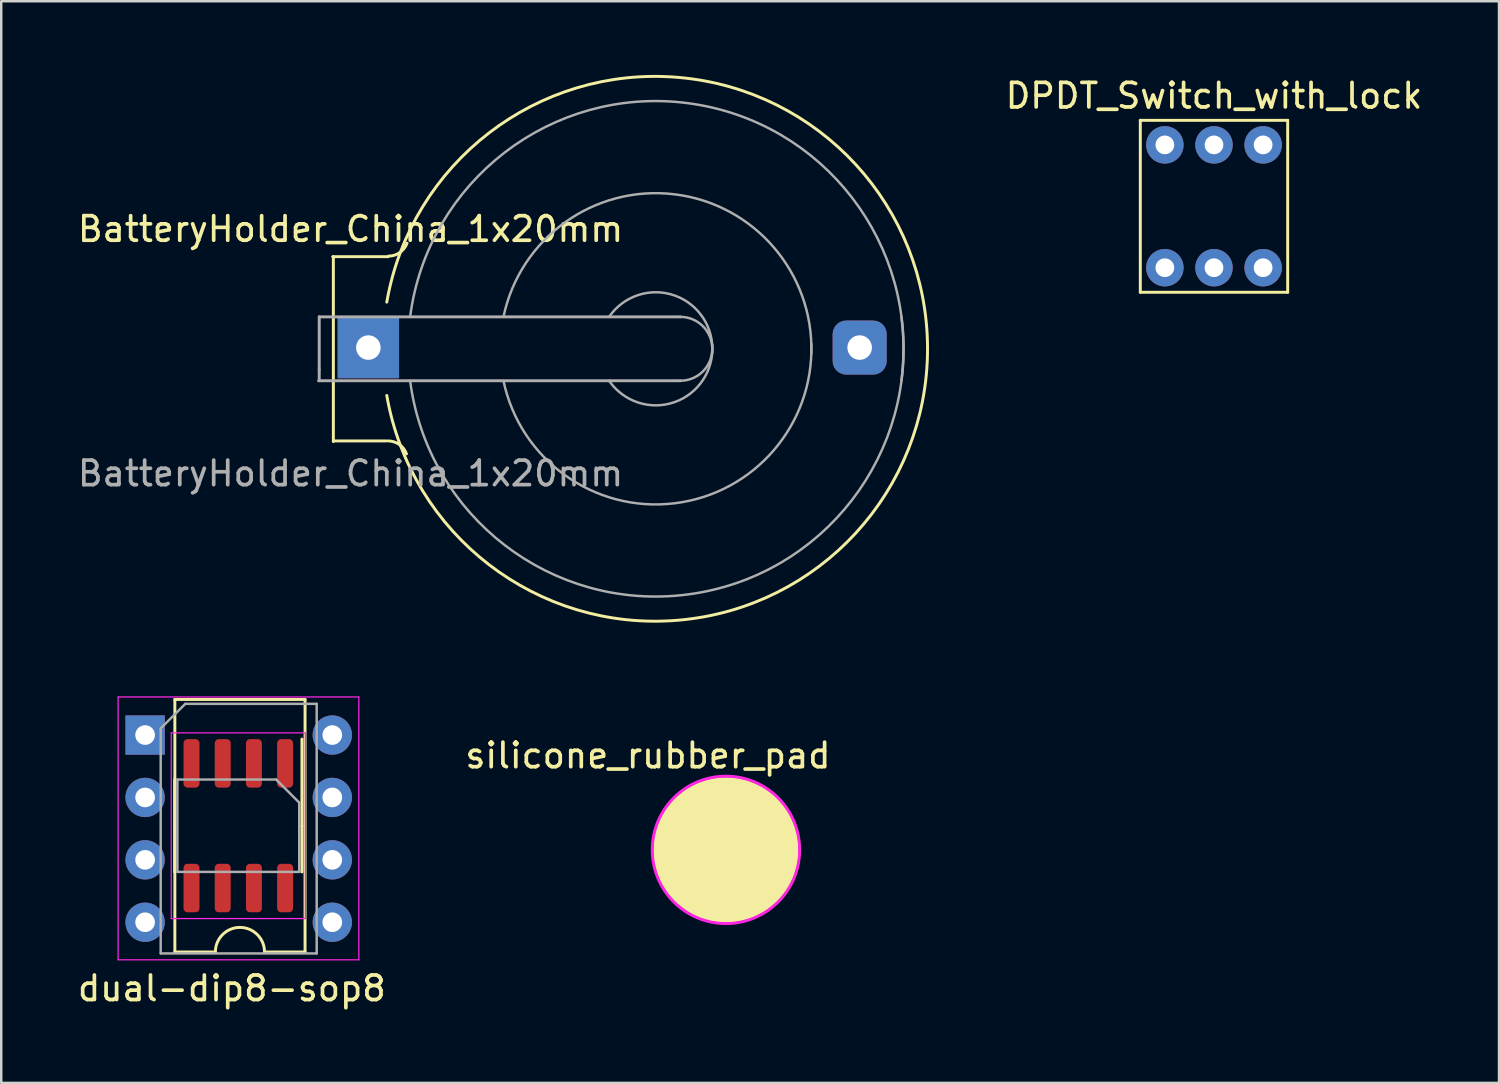
<source format=kicad_pcb>
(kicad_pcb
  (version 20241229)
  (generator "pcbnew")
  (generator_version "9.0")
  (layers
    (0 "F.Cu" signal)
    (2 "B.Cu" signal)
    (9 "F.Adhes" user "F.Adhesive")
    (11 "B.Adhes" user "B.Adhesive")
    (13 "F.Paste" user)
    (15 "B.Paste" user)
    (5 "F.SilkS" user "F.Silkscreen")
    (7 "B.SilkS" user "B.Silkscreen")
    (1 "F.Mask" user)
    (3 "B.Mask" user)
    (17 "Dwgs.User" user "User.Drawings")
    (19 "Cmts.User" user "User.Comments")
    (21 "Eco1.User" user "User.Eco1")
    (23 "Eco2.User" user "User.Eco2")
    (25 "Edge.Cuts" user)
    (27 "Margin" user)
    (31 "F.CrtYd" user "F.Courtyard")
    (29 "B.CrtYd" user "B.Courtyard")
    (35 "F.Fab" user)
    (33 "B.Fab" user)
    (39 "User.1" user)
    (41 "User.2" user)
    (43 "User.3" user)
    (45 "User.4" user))
  (footprint "dual-dip8-sop8"
    (layer "F.Cu")
    (at 6.362 30.504)
    (property "Reference" "dual-dip8-sop8" (at 0.025 6.68 0) (unlocked yes) (layer "F.SilkS") (effects (font (size 1 1) (thickness 0.15))))
    (attr through_hole)
    (fp_line (start -2.301 0.059) (end -2.301 -1.821) (stroke (width 0.12) (type solid)) (layer "F.SilkS"))
    (fp_line (start -2.301 0.059) (end -2.301 1.939) (stroke (width 0.12) (type solid)) (layer "F.SilkS"))
    (fp_line (start -2.294 -5.081) (end -2.294 5.199) (stroke (width 0.12) (type solid)) (layer "F.SilkS"))
    (fp_line (start -2.294 5.199) (end -0.644 5.199) (stroke (width 0.12) (type solid)) (layer "F.SilkS"))
    (fp_line (start 1.356 5.199) (end 3.006 5.199) (stroke (width 0.12) (type solid)) (layer "F.SilkS"))
    (fp_line (start 2.879 0.059) (end 2.879 -3.466) (stroke (width 0.12) (type solid)) (layer "F.SilkS"))
    (fp_line (start 2.879 0.059) (end 2.879 1.939) (stroke (width 0.12) (type solid)) (layer "F.SilkS"))
    (fp_line (start 3.006 -5.081) (end -2.294 -5.081) (stroke (width 0.12) (type solid)) (layer "F.SilkS"))
    (fp_line (start 3.006 5.199) (end 3.006 -5.081) (stroke (width 0.12) (type solid)) (layer "F.SilkS"))
    (fp_arc (start -0.6444 5.1988) (mid 0.3556 4.1988) (end 1.3556 5.1988) (stroke (width 0.12) (type solid)) (layer "F.SilkS"))
    (fp_line (start -4.605 -5.182) (end -4.605 5.518) (stroke (width 0.05) (type solid)) (layer "F.CrtYd"))
    (fp_line (start -4.605 5.518) (end 5.195 5.518) (stroke (width 0.05) (type solid)) (layer "F.CrtYd"))
    (fp_line (start -2.441 -3.721) (end -2.441 3.839) (stroke (width 0.05) (type solid)) (layer "F.CrtYd"))
    (fp_line (start -2.441 3.839) (end 3.019 3.839) (stroke (width 0.05) (type solid)) (layer "F.CrtYd"))
    (fp_line (start 3.019 -3.721) (end -2.441 -3.721) (stroke (width 0.05) (type solid)) (layer "F.CrtYd"))
    (fp_line (start 3.019 3.839) (end 3.019 -3.721) (stroke (width 0.05) (type solid)) (layer "F.CrtYd"))
    (fp_line (start 5.195 -5.182) (end -4.605 -5.182) (stroke (width 0.05) (type solid)) (layer "F.CrtYd"))
    (fp_line (start 5.195 5.518) (end 5.195 -5.182) (stroke (width 0.05) (type solid)) (layer "F.CrtYd"))
    (fp_line (start -2.87 -3.902) (end -1.87 -4.902) (stroke (width 0.1) (type solid)) (layer "F.Fab"))
    (fp_line (start -2.87 5.258) (end -2.87 -3.902) (stroke (width 0.1) (type solid)) (layer "F.Fab"))
    (fp_line (start -2.191 -1.821) (end 1.829 -1.821) (stroke (width 0.1) (type solid)) (layer "F.Fab"))
    (fp_line (start -2.191 1.939) (end -2.191 -1.821) (stroke (width 0.1) (type solid)) (layer "F.Fab"))
    (fp_line (start -1.87 -4.902) (end 3.48 -4.902) (stroke (width 0.1) (type solid)) (layer "F.Fab"))
    (fp_line (start 1.829 -1.821) (end 2.769 -0.881) (stroke (width 0.1) (type solid)) (layer "F.Fab"))
    (fp_line (start 2.769 -0.881) (end 2.769 1.939) (stroke (width 0.1) (type solid)) (layer "F.Fab"))
    (fp_line (start 2.769 1.939) (end -2.191 1.939) (stroke (width 0.1) (type solid)) (layer "F.Fab"))
    (fp_line (start 3.48 -4.902) (end 3.48 5.258) (stroke (width 0.1) (type solid)) (layer "F.Fab"))
    (fp_line (start 3.48 5.258) (end -2.87 5.258) (stroke (width 0.1) (type solid)) (layer "F.Fab"))
    (pad "1" thru_hole rect (at -3.505 -3.632) (size 1.6 1.6) (drill 0.8) (layers "*.Cu" "*.Mask"))
    (pad "1" smd roundrect (at 2.194 -2.478 270) (size 1.975 0.65) (layers "F.Cu" "F.Mask" "F.Paste") (roundrect_rratio 0.25))
    (pad "2" thru_hole oval (at -3.505 -1.092) (size 1.6 1.6) (drill 0.8) (layers "*.Cu" "*.Mask"))
    (pad "2" smd roundrect (at 0.924 -2.478 270) (size 1.975 0.65) (layers "F.Cu" "F.Mask" "F.Paste") (roundrect_rratio 0.25))
    (pad "3" thru_hole oval (at -3.505 1.448) (size 1.6 1.6) (drill 0.8) (layers "*.Cu" "*.Mask"))
    (pad "3" smd roundrect (at -0.346 -2.478 270) (size 1.975 0.65) (layers "F.Cu" "F.Mask" "F.Paste") (roundrect_rratio 0.25))
    (pad "4" thru_hole oval (at -3.505 3.988) (size 1.6 1.6) (drill 0.8) (layers "*.Cu" "*.Mask"))
    (pad "4" smd roundrect (at -1.616 -2.478 270) (size 1.975 0.65) (layers "F.Cu" "F.Mask" "F.Paste") (roundrect_rratio 0.25))
    (pad "5" smd roundrect (at -1.616 2.596 270) (size 1.975 0.65) (layers "F.Cu" "F.Mask" "F.Paste") (roundrect_rratio 0.25))
    (pad "5" thru_hole oval (at 4.115 3.988) (size 1.6 1.6) (drill 0.8) (layers "*.Cu" "*.Mask"))
    (pad "6" smd roundrect (at -0.346 2.596 270) (size 1.975 0.65) (layers "F.Cu" "F.Mask" "F.Paste") (roundrect_rratio 0.25))
    (pad "6" thru_hole oval (at 4.115 1.448) (size 1.6 1.6) (drill 0.8) (layers "*.Cu" "*.Mask"))
    (pad "7" smd roundrect (at 0.924 2.596 270) (size 1.975 0.65) (layers "F.Cu" "F.Mask" "F.Paste") (roundrect_rratio 0.25))
    (pad "7" thru_hole oval (at 4.115 -1.092) (size 1.6 1.6) (drill 0.8) (layers "*.Cu" "*.Mask"))
    (pad "8" smd roundrect (at 2.194 2.596 270) (size 1.975 0.65) (layers "F.Cu" "F.Mask" "F.Paste") (roundrect_rratio 0.25))
    (pad "8" thru_hole oval (at 4.115 -3.632) (size 1.6 1.6) (drill 0.8) (layers "*.Cu" "*.Mask")))
  (footprint "BatteryHolder_China_1x20mm"
    (layer "F.Cu")
    (at 8.445 11.149)
    (property "Reference" "BatteryHolder_China_1x20mm" (at 2.775 -4.875 0) (layer "F.SilkS") (effects (font (size 1 1) (thickness 0.15))))
    (attr through_hole)
    (fp_line (start 2.05 -3.75) (end 4.3 -3.75) (stroke (width 0.12) (type solid)) (layer "F.SilkS"))
    (fp_line (start 2.075 3.75) (end 4.225 3.75) (stroke (width 0.12) (type solid)) (layer "F.SilkS"))
    (fp_line (start 2.075 3.775) (end 2.075 -3.75) (stroke (width 0.12) (type solid)) (layer "F.SilkS"))
    (fp_arc (start 4.25 -1.9) (mid 26.263016 0) (end 4.25 1.9) (stroke (width 0.12) (type solid)) (layer "F.SilkS"))
    (fp_arc (start 4.3 3.75) (mid 4.758861 3.894678) (end 5.051754 4.276384) (stroke (width 0.12) (type solid)) (layer "F.SilkS"))
    (fp_arc (start 5.075 -4.3) (mid 4.782107 -3.918294) (end 4.323246 -3.773616) (stroke (width 0.12) (type solid)) (layer "F.SilkS"))
    (fp_line (start 1.5 -1.3) (end 1.5 0.85) (stroke (width 0.12) (type solid)) (layer "F.Fab"))
    (fp_line (start 1.5 0.85) (end 1.5 1.3) (stroke (width 0.12) (type solid)) (layer "F.Fab"))
    (fp_line (start 16.2 -1.3) (end 1.5 -1.3) (stroke (width 0.12) (type solid)) (layer "F.Fab"))
    (fp_line (start 16.2 1.3) (end 1.475 1.3) (stroke (width 0.12) (type solid)) (layer "F.Fab"))
    (fp_arc (start 5.2 -1.3) (mid 16.5 -10) (end 25.2 1.3) (stroke (width 0.1) (type solid)) (layer "F.Fab"))
    (fp_arc (start 9 -1.3) (mid 15.954687 -6.28971) (end 21.531551 0.203631) (stroke (width 0.1) (type solid)) (layer "F.Fab"))
    (fp_arc (start 13.3 -1.3) (mid 15.963947 -2.171724) (end 17.495448 0.175833) (stroke (width 0.1) (type solid)) (layer "F.Fab"))
    (fp_arc (start 16.2 -1.3) (mid 17.5 0) (end 16.2 1.3) (stroke (width 0.1) (type solid)) (layer "F.Fab"))
    (fp_arc (start 17.495448 -0.175833) (mid 15.963947 2.171724) (end 13.3 1.3) (stroke (width 0.1) (type solid)) (layer "F.Fab"))
    (fp_arc (start 21.531551 -0.203631) (mid 15.954687 6.28971) (end 9 1.3) (stroke (width 0.1) (type solid)) (layer "F.Fab"))
    (fp_arc (start 25.2 -1.3) (mid 16.5 10) (end 5.2 1.3) (stroke (width 0.1) (type solid)) (layer "F.Fab"))
    (fp_text user "${REFERENCE}" (at 2.775 5.075 0) (layer "F.Fab") (effects (font (size 1 1) (thickness 0.15))))
    (pad "1" thru_hole rect (at 3.5 -0.05) (size 2.5 2.5) (drill 1) (layers "*.Cu" "*.Mask"))
    (pad "2" thru_hole roundrect (at 23.5 -0.05) (size 2.2 2.2) (drill 1) (layers "*.Cu" "*.Mask") (roundrect_rratio 0.25)))
  (footprint "DPDT_Switch_with_lock"
    (layer "F.Cu")
    (at 47.369 11.848)
    (property "Reference" "DPDT_Switch_with_lock" (at -1 -11 0) (layer "F.SilkS") (effects (font (size 1 1) (thickness 0.15))))
    (attr through_hole)
    (fp_line (start -4 -10) (end 2 -10) (stroke (width 0.12) (type solid)) (layer "F.SilkS"))
    (fp_line (start -4 -3) (end -4 -10) (stroke (width 0.12) (type solid)) (layer "F.SilkS"))
    (fp_line (start 2 -10) (end 2 -3) (stroke (width 0.12) (type solid)) (layer "F.SilkS"))
    (fp_line (start 2 -3) (end -4 -3) (stroke (width 0.12) (type solid)) (layer "F.SilkS"))
    (pad "1" thru_hole circle (at -3 -9) (size 1.524 1.524) (drill 0.762) (layers "*.Cu" "*.Mask"))
    (pad "2" thru_hole circle (at -1 -9) (size 1.524 1.524) (drill 0.762) (layers "*.Cu" "*.Mask"))
    (pad "3" thru_hole circle (at 1 -9) (size 1.524 1.524) (drill 0.762) (layers "*.Cu" "*.Mask"))
    (pad "4" thru_hole circle (at -3 -4) (size 1.524 1.524) (drill 0.762) (layers "*.Cu" "*.Mask"))
    (pad "5" thru_hole circle (at -1 -4) (size 1.524 1.524) (drill 0.762) (layers "*.Cu" "*.Mask"))
    (pad "6" thru_hole circle (at 1 -4) (size 1.524 1.524) (drill 0.762) (layers "*.Cu" "*.Mask")))
  (footprint "silicone_rubber_pad"
    (layer "F.Cu")
    (at 26.502 25.547)
    (property "Reference" "silicone_rubber_pad" (at -3.175 2.159 0) (unlocked yes) (layer "F.SilkS") (effects (font (size 1 1) (thickness 0.15))))
    (attr smd)
    (fp_circle (center 0 6) (end 2.9 6) (stroke (width 0.12) (type solid)) (fill yes) (layer "F.SilkS"))
    (fp_circle (center 0 6) (end 3 6) (stroke (width 0.12) (type solid)) (fill no) (layer "F.CrtYd")))
  (gr_rect
    (start -3 -3)
    (end 57.971 41.033)
    (stroke (width 0.1) (type default))
    (fill no)
    (layer "Edge.Cuts")))
</source>
